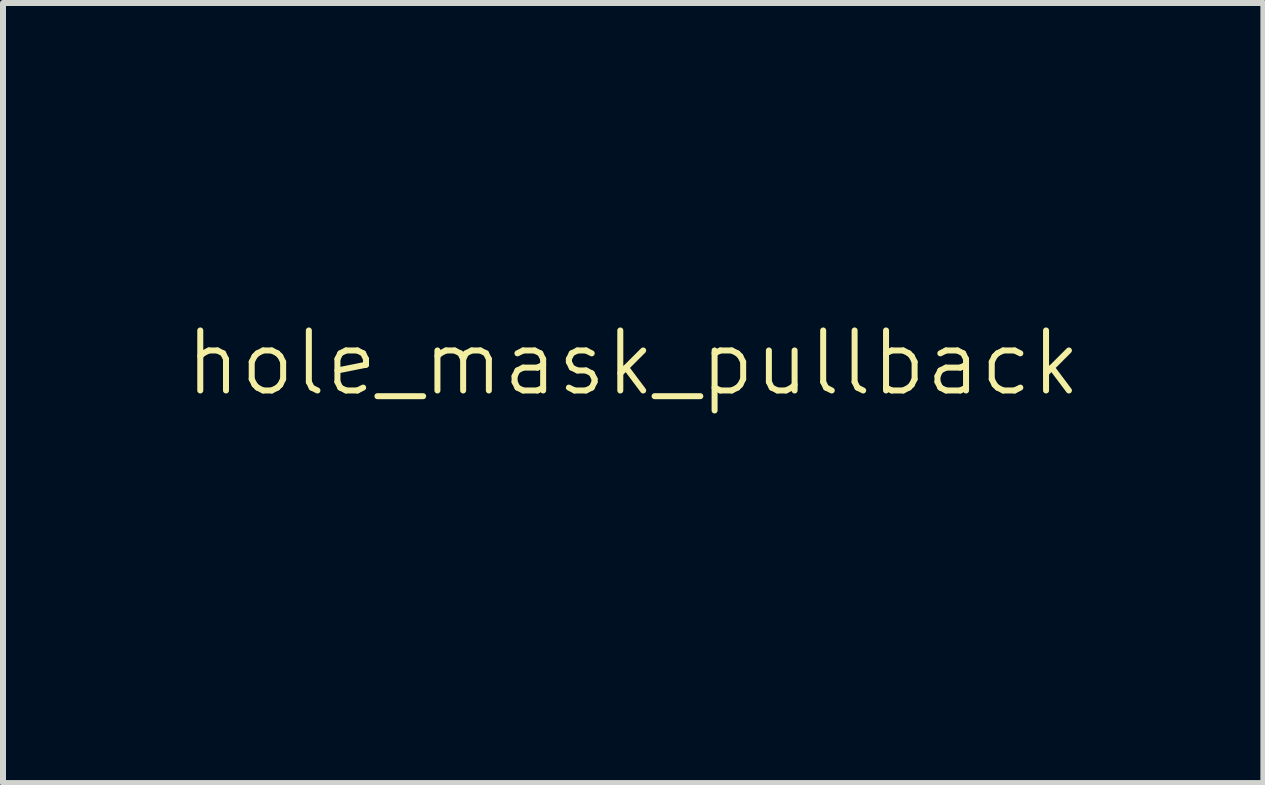
<source format=kicad_pcb>
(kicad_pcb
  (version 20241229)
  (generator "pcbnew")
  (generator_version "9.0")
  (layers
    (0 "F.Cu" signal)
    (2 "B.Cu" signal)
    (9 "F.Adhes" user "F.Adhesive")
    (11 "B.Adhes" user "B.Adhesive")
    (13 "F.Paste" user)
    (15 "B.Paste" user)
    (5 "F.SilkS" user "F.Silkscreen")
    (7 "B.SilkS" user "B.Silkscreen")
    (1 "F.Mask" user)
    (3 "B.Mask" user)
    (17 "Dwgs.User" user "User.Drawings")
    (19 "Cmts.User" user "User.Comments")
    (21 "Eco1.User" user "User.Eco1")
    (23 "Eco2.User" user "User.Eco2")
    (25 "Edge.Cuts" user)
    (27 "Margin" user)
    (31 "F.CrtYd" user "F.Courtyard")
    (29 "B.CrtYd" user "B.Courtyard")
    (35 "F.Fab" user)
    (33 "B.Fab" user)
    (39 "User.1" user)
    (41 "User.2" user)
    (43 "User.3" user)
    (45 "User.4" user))
  (footprint "hole_mask_pullback"
    (layer "F.Cu")
    (at 7.502 3.5)
    (property "Reference" "hole_mask_pullback" (at 0 -0.5 0) (unlocked yes) (layer "F.SilkS") (effects (font (size 1 1) (thickness 0.1))))
    (attr smd)
    (fp_circle (center 0 0) (end 3.5 0) (stroke (width 0) (type solid)) (fill yes) (layer "F.Mask")))
  (gr_rect
    (start -3 -3)
    (end 18.005 10)
    (stroke (width 0.1) (type default))
    (fill no)
    (layer "Edge.Cuts")))
</source>
